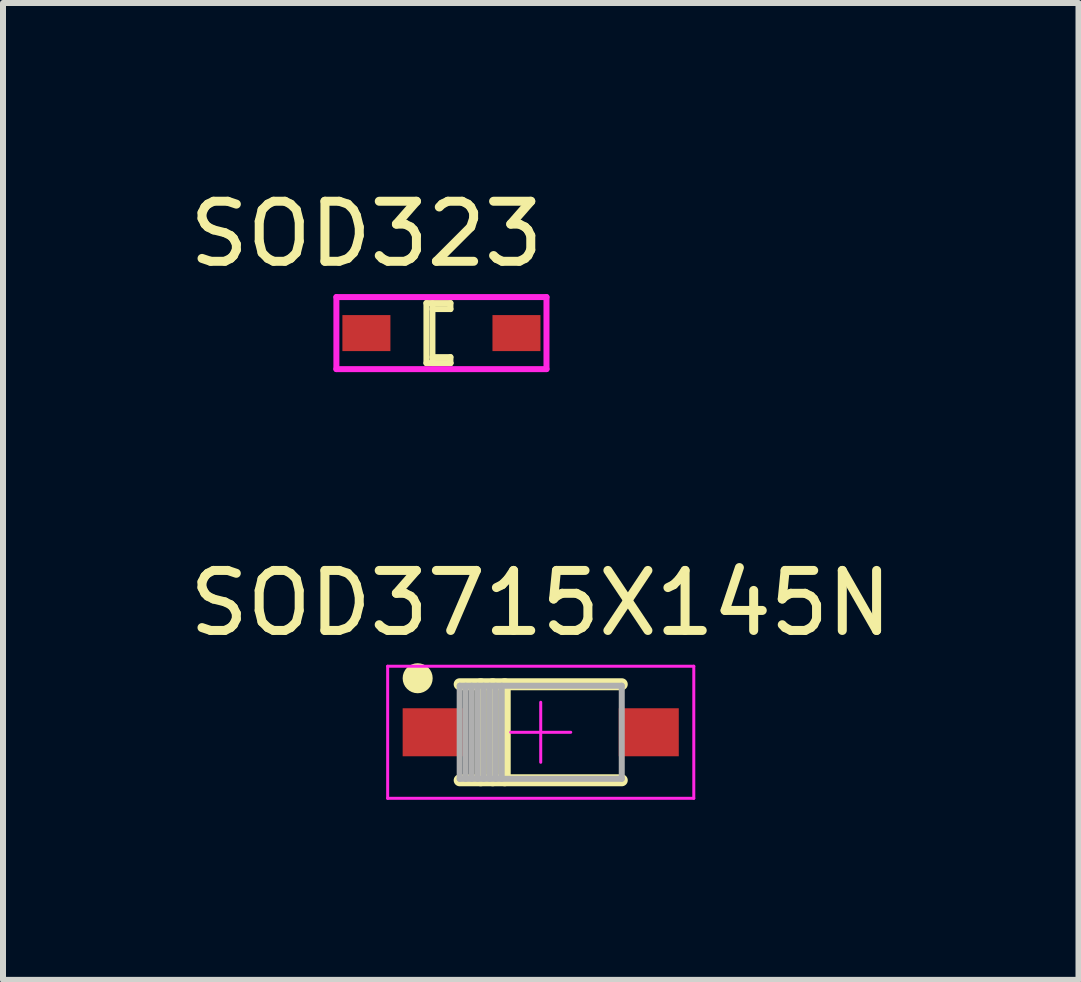
<source format=kicad_pcb>
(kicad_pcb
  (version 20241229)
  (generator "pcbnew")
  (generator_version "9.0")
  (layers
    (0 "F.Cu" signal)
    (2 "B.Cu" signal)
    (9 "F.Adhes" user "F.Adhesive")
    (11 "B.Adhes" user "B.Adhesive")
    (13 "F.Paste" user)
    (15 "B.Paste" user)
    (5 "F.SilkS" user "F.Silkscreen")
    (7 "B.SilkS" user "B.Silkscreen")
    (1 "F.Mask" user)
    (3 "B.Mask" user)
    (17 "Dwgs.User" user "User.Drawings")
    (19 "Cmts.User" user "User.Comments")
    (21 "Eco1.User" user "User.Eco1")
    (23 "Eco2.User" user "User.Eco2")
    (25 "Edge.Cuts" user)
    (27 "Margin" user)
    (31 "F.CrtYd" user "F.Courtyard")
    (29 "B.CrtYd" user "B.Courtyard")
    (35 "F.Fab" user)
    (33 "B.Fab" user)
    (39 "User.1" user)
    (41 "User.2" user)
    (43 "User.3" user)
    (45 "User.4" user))
  (footprint "SOD323"
    (layer "F.Cu")
    (at 3.054 2.499)
    (property "Reference" "SOD323" (at 0 -1.651 0) (layer "F.SilkS") (effects (font (size 1 1) (thickness 0.15))))
    (attr through_hole)
    (fp_line (start 1 -0.5) (end 1.4 -0.5) (stroke (width 0.1) (type solid)) (layer "F.SilkS"))
    (fp_line (start 1 0.5) (end 1 -0.5) (stroke (width 0.1) (type solid)) (layer "F.SilkS"))
    (fp_line (start 1 0.5) (end 1.4 0.5) (stroke (width 0.1) (type solid)) (layer "F.SilkS"))
    (fp_line (start 1.1 -0.4) (end 1.4 -0.4) (stroke (width 0.1) (type solid)) (layer "F.SilkS"))
    (fp_line (start 1.1 0.4) (end 1.4 0.4) (stroke (width 0.1) (type solid)) (layer "F.SilkS"))
    (fp_line (start 1.1 0.5) (end 1.1 -0.5) (stroke (width 0.1) (type solid)) (layer "F.SilkS"))
    (fp_line (start 1.1 0.5) (end 1.4 0.5) (stroke (width 0.1) (type solid)) (layer "F.SilkS"))
    (fp_line (start 1.4 -0.4) (end 1.4 -0.5) (stroke (width 0.1) (type solid)) (layer "F.SilkS"))
    (fp_line (start 1.4 0.5) (end 1.4 0.4) (stroke (width 0.1) (type solid)) (layer "F.SilkS"))
    (fp_line (start -0.5 -0.6) (end 3 -0.6) (stroke (width 0.1) (type solid)) (layer "F.CrtYd"))
    (fp_line (start -0.5 0.6) (end -0.5 -0.6) (stroke (width 0.1) (type solid)) (layer "F.CrtYd"))
    (fp_line (start -0.5 0.6) (end 3 0.6) (stroke (width 0.1) (type solid)) (layer "F.CrtYd"))
    (fp_line (start 3 0.6) (end 3 -0.6) (stroke (width 0.1) (type solid)) (layer "F.CrtYd"))
    (pad "1" smd rect (at 0 0) (size 0.8 0.6) (layers "F.Cu" "F.Mask" "F.Paste"))
    (pad "2" smd rect (at 2.5 0) (size 0.8 0.6) (layers "F.Cu" "F.Mask" "F.Paste")))
  (footprint "SOD3715X145N"
    (layer "F.Cu")
    (at 5.958 9.149)
    (property "Reference" "SOD3715X145N" (at 0 -2.151 0) (layer "F.SilkS") (effects (font (size 1 1) (thickness 0.15))))
    (attr through_hole)
    (fp_line (start -1.35 -0.8) (end 1.35 -0.8) (stroke (width 0.2) (type solid)) (layer "F.SilkS"))
    (fp_line (start -1.35 0.8) (end 1.35 0.8) (stroke (width 0.2) (type solid)) (layer "F.SilkS"))
    (fp_line (start -1 0.8) (end -1 -0.8) (stroke (width 0.2) (type solid)) (layer "F.SilkS"))
    (fp_line (start -0.8 0.8) (end -0.8 -0.8) (stroke (width 0.2) (type solid)) (layer "F.SilkS"))
    (fp_line (start -0.6 0.8) (end -0.6 -0.8) (stroke (width 0.2) (type solid)) (layer "F.SilkS"))
    (fp_circle (center -2.05 -0.9) (end -1.925 -0.9) (stroke (width 0.25) (type solid)) (fill no) (layer "F.SilkS"))
    (fp_line (start -2.55 -1.1) (end 2.55 -1.1) (stroke (width 0.05) (type solid)) (layer "F.CrtYd"))
    (fp_line (start -2.55 1.1) (end -2.55 -1.1) (stroke (width 0.05) (type solid)) (layer "F.CrtYd"))
    (fp_line (start -2.55 1.1) (end 2.55 1.1) (stroke (width 0.05) (type solid)) (layer "F.CrtYd"))
    (fp_line (start -0.5 0) (end 0.5 0) (stroke (width 0.05) (type solid)) (layer "F.CrtYd"))
    (fp_line (start 0 0.5) (end 0 -0.5) (stroke (width 0.05) (type solid)) (layer "F.CrtYd"))
    (fp_line (start 2.55 1.1) (end 2.55 -1.1) (stroke (width 0.05) (type solid)) (layer "F.CrtYd"))
    (fp_line (start -1.35 -0.775) (end 1.35 -0.775) (stroke (width 0.1) (type solid)) (layer "F.Fab"))
    (fp_line (start -1.35 0.775) (end -1.35 -0.775) (stroke (width 0.1) (type solid)) (layer "F.Fab"))
    (fp_line (start -1.35 0.775) (end 1.35 0.775) (stroke (width 0.1) (type solid)) (layer "F.Fab"))
    (fp_line (start -1.25 0.775) (end -1.25 -0.775) (stroke (width 0.1) (type solid)) (layer "F.Fab"))
    (fp_line (start -1.15 0.775) (end -1.15 -0.775) (stroke (width 0.1) (type solid)) (layer "F.Fab"))
    (fp_line (start -1.05 0.775) (end -1.05 -0.775) (stroke (width 0.1) (type solid)) (layer "F.Fab"))
    (fp_line (start -0.95 0.775) (end -0.95 -0.775) (stroke (width 0.1) (type solid)) (layer "F.Fab"))
    (fp_line (start -0.85 0.775) (end -0.85 -0.775) (stroke (width 0.1) (type solid)) (layer "F.Fab"))
    (fp_line (start -0.75 0.775) (end -0.75 -0.775) (stroke (width 0.1) (type solid)) (layer "F.Fab"))
    (fp_line (start -0.65 0.775) (end -0.65 -0.775) (stroke (width 0.1) (type solid)) (layer "F.Fab"))
    (fp_line (start 1.35 0.775) (end 1.35 -0.775) (stroke (width 0.1) (type solid)) (layer "F.Fab"))
    (pad "1" smd rect (at -1.8 0) (size 1 0.8) (layers "F.Cu" "F.Mask" "F.Paste"))
    (pad "2" smd rect (at 1.8 0) (size 1 0.8) (layers "F.Cu" "F.Mask" "F.Paste")))
  (gr_rect
    (start -3 -3)
    (end 14.917 13.274)
    (stroke (width 0.1) (type default))
    (fill no)
    (layer "Edge.Cuts")))
</source>
